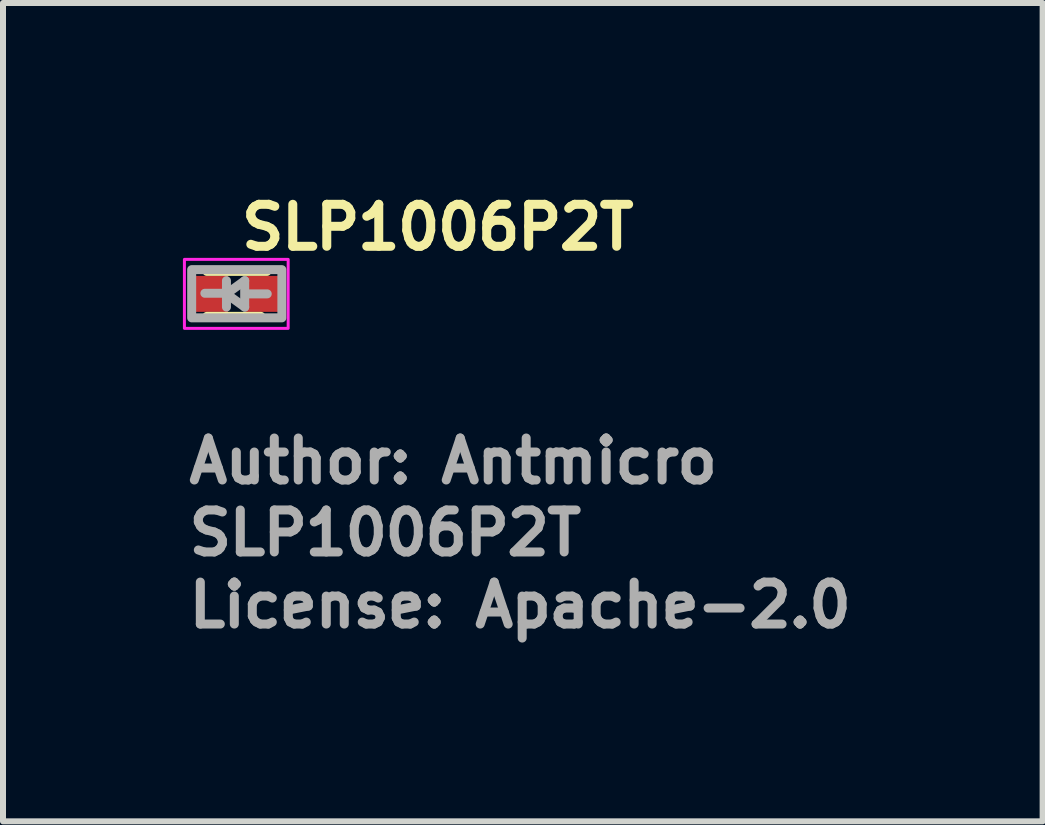
<source format=kicad_pcb>
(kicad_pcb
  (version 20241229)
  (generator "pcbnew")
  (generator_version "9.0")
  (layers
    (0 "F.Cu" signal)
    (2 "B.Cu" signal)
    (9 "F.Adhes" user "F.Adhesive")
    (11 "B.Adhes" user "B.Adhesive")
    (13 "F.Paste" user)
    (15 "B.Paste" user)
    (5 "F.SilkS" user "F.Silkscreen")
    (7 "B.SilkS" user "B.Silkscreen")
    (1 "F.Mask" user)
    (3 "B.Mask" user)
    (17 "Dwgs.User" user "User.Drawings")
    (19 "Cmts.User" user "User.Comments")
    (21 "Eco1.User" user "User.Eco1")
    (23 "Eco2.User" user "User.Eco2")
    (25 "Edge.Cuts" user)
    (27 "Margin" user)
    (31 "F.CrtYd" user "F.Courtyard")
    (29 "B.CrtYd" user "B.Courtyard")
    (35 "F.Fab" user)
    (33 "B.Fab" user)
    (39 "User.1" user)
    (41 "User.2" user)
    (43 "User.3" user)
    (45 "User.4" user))
  (footprint "SLP1006P2T"
    (layer "F.Cu")
    (at 0.9 1.85)
    (property "Reference" "SLP1006P2T" (at 0 -0.7 0) (unlocked yes) (layer "F.SilkS") (effects (font (size 0.7 0.7) (thickness 0.15)) (justify left bottom)))
    (attr smd)
    (fp_line (start -0.5 -0.375) (end 0.5 -0.375) (stroke (width 0.15) (type solid)) (layer "F.SilkS"))
    (fp_line (start -0.5 0.375) (end 0.4 0.375) (stroke (width 0.15) (type solid)) (layer "F.SilkS"))
    (fp_rect (start -0.875 -0.575) (end 0.855 0.575) (stroke (width 0.05) (type solid)) (fill no) (layer "F.CrtYd"))
    (fp_line (start -0.184 -0.01) (end -0.534 -0.01) (stroke (width 0.15) (type solid)) (layer "F.Fab"))
    (fp_line (start -0.174 0) (end 0.13 0.22) (stroke (width 0.15) (type solid)) (layer "F.Fab"))
    (fp_line (start -0.174 0.22) (end -0.174 -0.22) (stroke (width 0.15) (type solid)) (layer "F.Fab"))
    (fp_line (start 0.13 -0.22) (end -0.174 0) (stroke (width 0.15) (type solid)) (layer "F.Fab"))
    (fp_line (start 0.13 0.22) (end 0.13 -0.22) (stroke (width 0.15) (type solid)) (layer "F.Fab"))
    (fp_line (start 0.506 0) (end 0.156 0) (stroke (width 0.15) (type solid)) (layer "F.Fab"))
    (fp_rect (start -0.754 -0.404) (end 0.75 0.4) (stroke (width 0.15) (type solid)) (fill no) (layer "F.Fab"))
    (fp_rect (start -0.5 -0.3) (end 0.496 0.296) (stroke (width 0.1) (type solid)) (fill no) (layer "User.5"))
    (fp_line (start -0.5 -0.3) (end -0.5 0.3) (stroke (width 0.02) (type solid)) (layer "User.9"))
    (fp_line (start -0.5 0.3) (end 0.5 0.3) (stroke (width 0.02) (type solid)) (layer "User.9"))
    (fp_line (start 0.5 -0.3) (end -0.5 -0.3) (stroke (width 0.02) (type solid)) (layer "User.9"))
    (fp_line (start 0.5 0.3) (end 0.5 -0.3) (stroke (width 0.02) (type solid)) (layer "User.9"))
    (fp_text user "Author: Antmicro" (at -0.875 3.197 0) (layer "F.Fab") (effects (font (size 0.7 0.7) (thickness 0.15)) (justify left bottom)))
    (fp_text user "License: Apache-2.0" (at -0.875 5.599 0) (layer "F.Fab") (effects (font (size 0.7 0.7) (thickness 0.15)) (justify left bottom)))
    (fp_text user "${REFERENCE}" (at -0.875 4.397 0) (unlocked yes) (layer "F.Fab") (effects (font (size 0.7 0.7) (thickness 0.15)) (justify left bottom)))
    (pad "1" smd rect (at -0.425 0) (size 0.55 0.6) (layers "F.Cu" "F.Mask" "F.Paste"))
    (pad "2" smd rect (at 0.421 0) (size 0.55 0.6) (layers "F.Cu" "F.Mask" "F.Paste")))
  (gr_rect
    (start -3 -3)
    (end 14.335 10.645)
    (stroke (width 0.1) (type default))
    (fill no)
    (layer "Edge.Cuts")))
</source>
